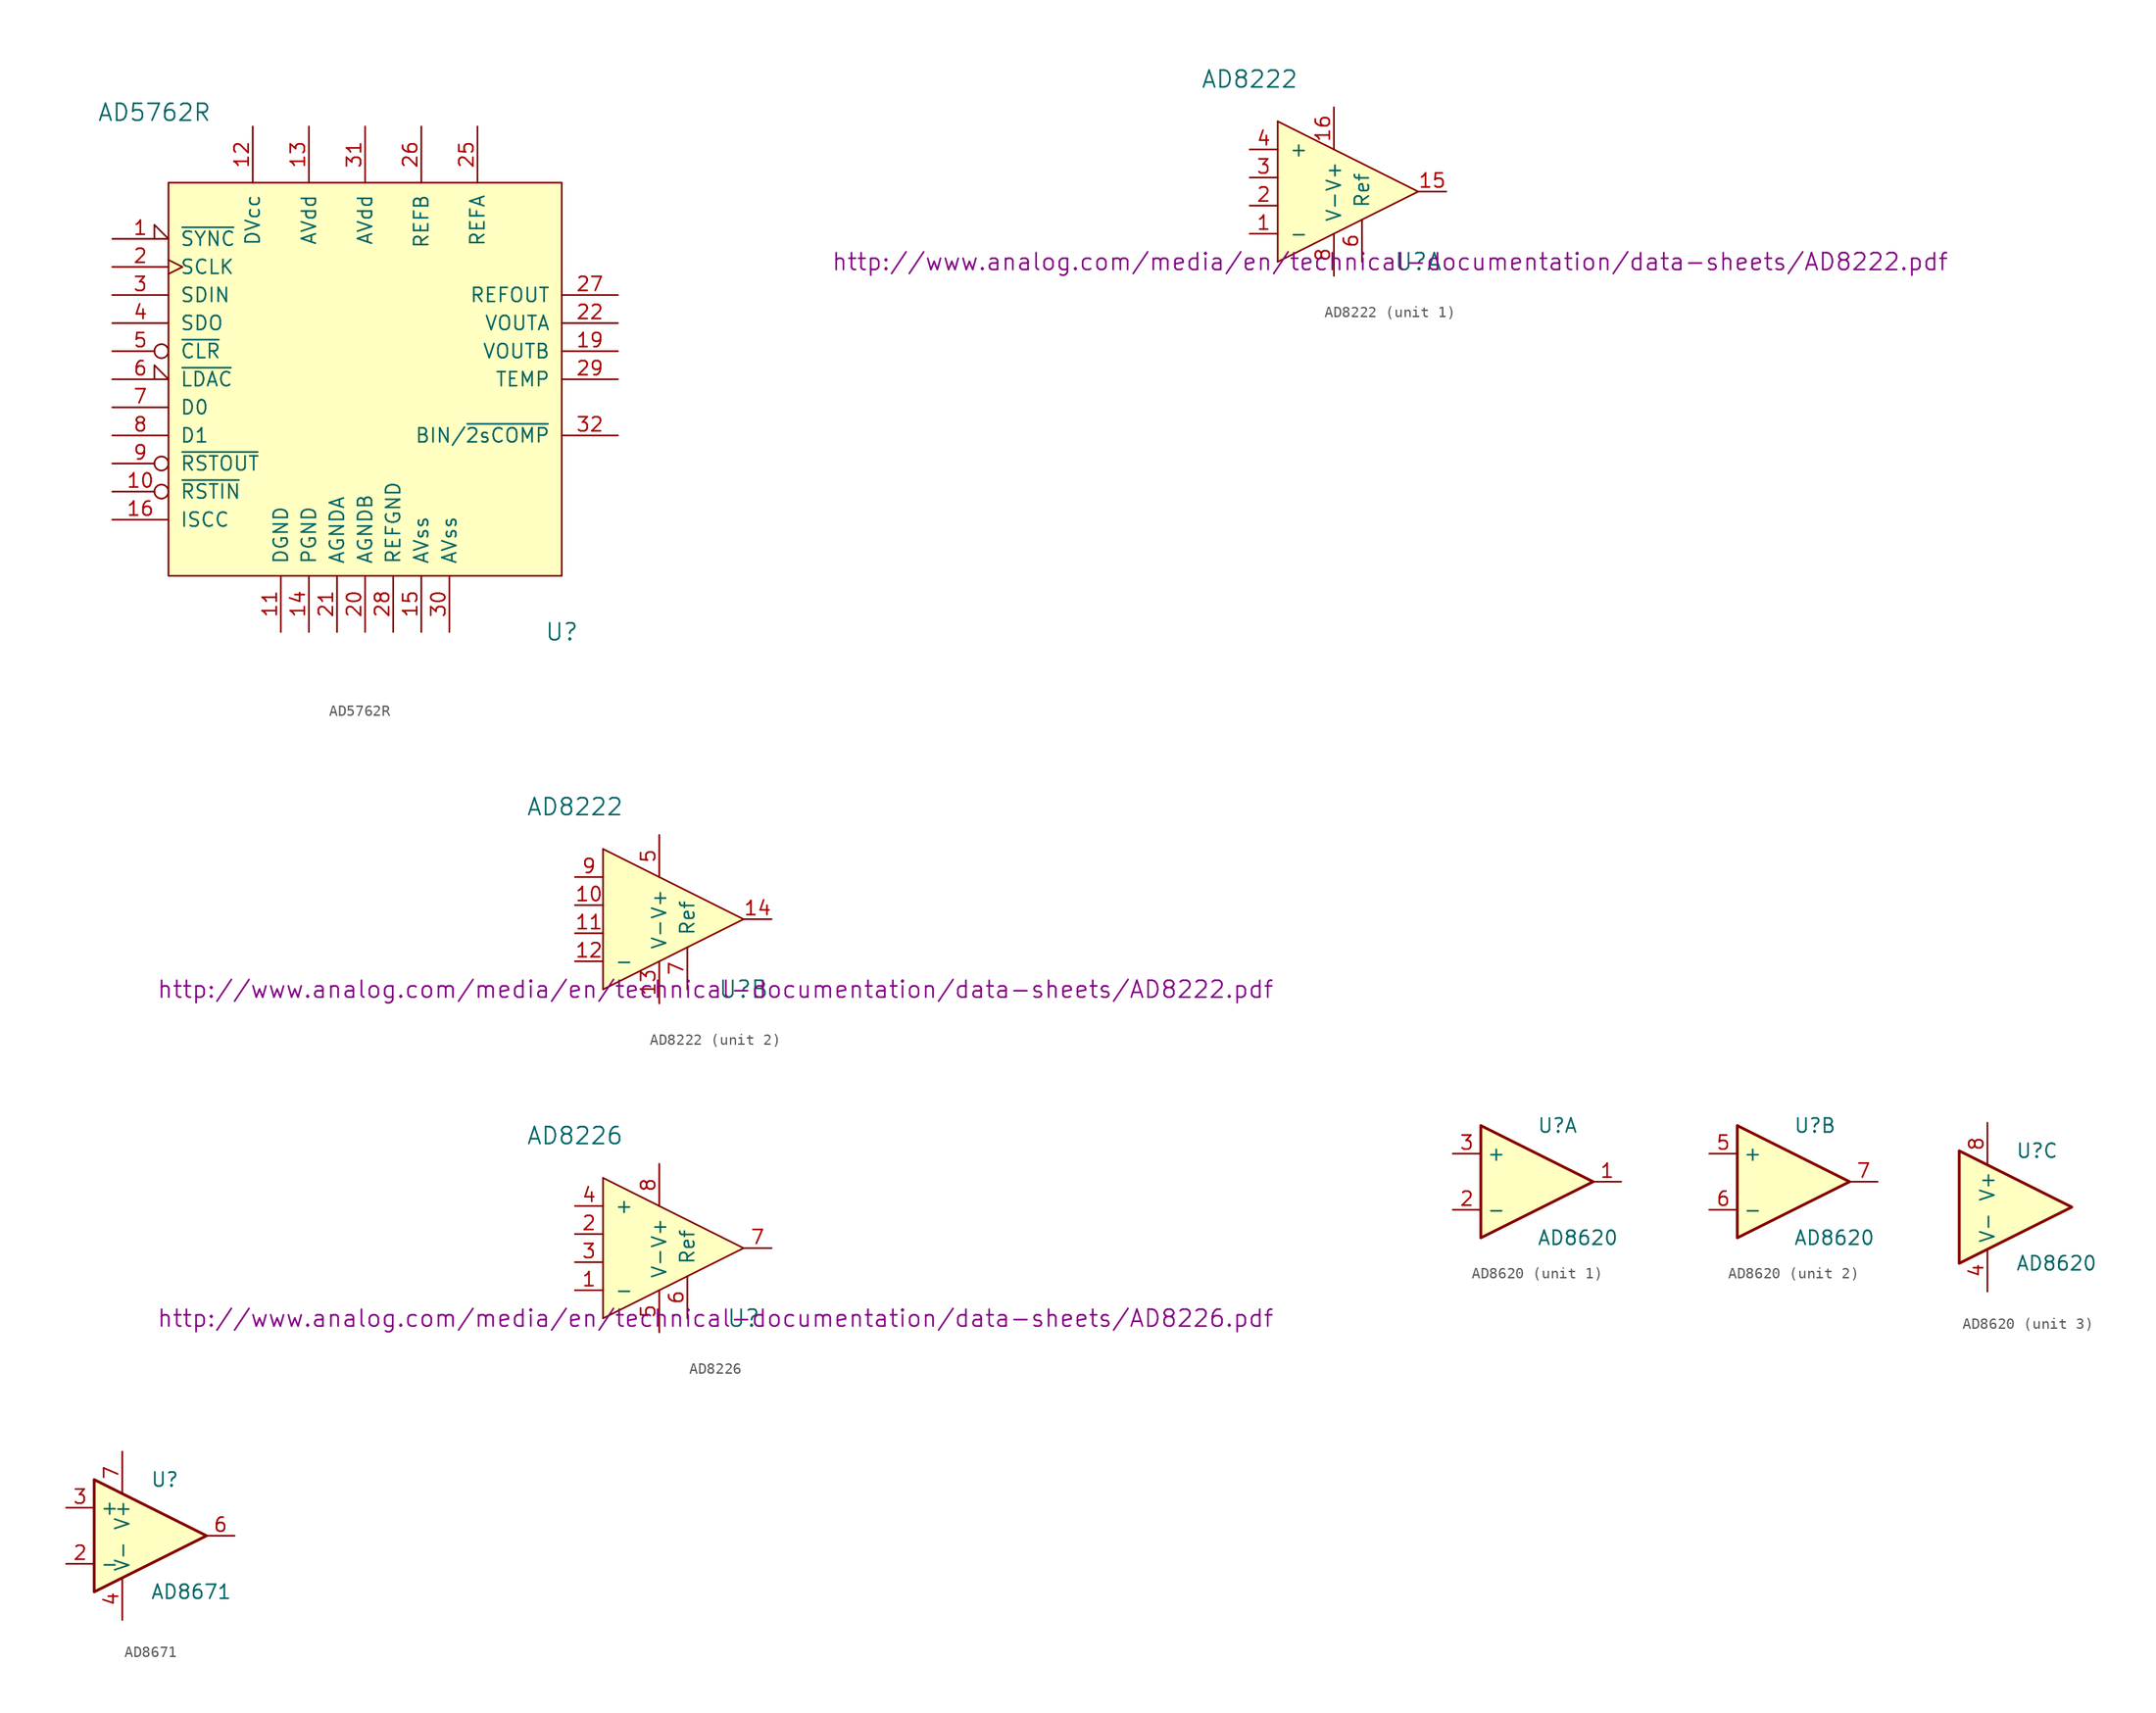
<source format=kicad_sym>
(kicad_symbol_lib
  (version 20231120)
  (generator "kicad_symbol_editor")
  (generator_version "8.0")
  (symbol "AD5762R"
    (pin_names
      (offset 1.016))
    (property "Reference" "U"
      (at 17.78 -22.86 0)
      (effects (font (size 1.524 1.524))))
    (property "Value" "AD5762R"
      (at -19.05 24.13 0)
      (effects (font (size 1.524 1.524))))
    (property "Footprint" ""
      (at 1.27 -1.27 0)
      (effects (font (size 1.524 1.524))))
    (property "Datasheet" ""
      (at 1.27 -1.27 0)
      (effects (font (size 1.524 1.524))))
    (symbol "AD5762R_0_1"
      (rectangle (start -17.78 17.78) (end 17.78 -17.78) (stroke (width 0) (type solid)) (fill (type background)))
      (pin input inverted (at -22.86 2.54 0) (length 5.08) (name "~{CLR}" (effects (font (size 1.27 1.27)))) (number "5" (effects (font (size 1.27 1.27)))))
      (pin output inverted (at -22.86 -7.62 0) (length 5.08) (name "~{RSTOUT}" (effects (font (size 1.27 1.27)))) (number "9" (effects (font (size 1.27 1.27))))))
    (symbol "AD5762R_1_1"
      (pin input input_low (at -22.86 12.7 0) (length 5.08) (name "~{SYNC}" (effects (font (size 1.27 1.27)))) (number "1" (effects (font (size 1.27 1.27)))))
      (pin input inverted (at -22.86 -10.16 0) (length 5.08) (name "~{RSTIN}" (effects (font (size 1.27 1.27)))) (number "10" (effects (font (size 1.27 1.27)))))
      (pin power_in line (at -7.62 -22.86 90) (length 5.08) (name "DGND" (effects (font (size 1.27 1.27)))) (number "11" (effects (font (size 1.27 1.27)))))
      (pin power_in line (at -10.16 22.86 270) (length 5.08) (name "DVcc" (effects (font (size 1.27 1.27)))) (number "12" (effects (font (size 1.27 1.27)))))
      (pin power_in line (at -5.08 22.86 270) (length 5.08) (name "AVdd" (effects (font (size 1.27 1.27)))) (number "13" (effects (font (size 1.27 1.27)))))
      (pin power_in line (at -5.08 -22.86 90) (length 5.08) (name "PGND" (effects (font (size 1.27 1.27)))) (number "14" (effects (font (size 1.27 1.27)))))
      (pin power_in line (at 5.08 -22.86 90) (length 5.08) (name "AVss" (effects (font (size 1.27 1.27)))) (number "15" (effects (font (size 1.27 1.27)))))
      (pin input line (at -22.86 -12.7 0) (length 5.08) (name "ISCC" (effects (font (size 1.27 1.27)))) (number "16" (effects (font (size 1.27 1.27)))))
      (pin output line (at 22.86 2.54 180) (length 5.08) (name "VOUTB" (effects (font (size 1.27 1.27)))) (number "19" (effects (font (size 1.27 1.27)))))
      (pin input clock (at -22.86 10.16 0) (length 5.08) (name "SCLK" (effects (font (size 1.27 1.27)))) (number "2" (effects (font (size 1.27 1.27)))))
      (pin power_in line (at 0 -22.86 90) (length 5.08) (name "AGNDB" (effects (font (size 1.27 1.27)))) (number "20" (effects (font (size 1.27 1.27)))))
      (pin power_in line (at -2.54 -22.86 90) (length 5.08) (name "AGNDA" (effects (font (size 1.27 1.27)))) (number "21" (effects (font (size 1.27 1.27)))))
      (pin output line (at 22.86 5.08 180) (length 5.08) (name "VOUTA" (effects (font (size 1.27 1.27)))) (number "22" (effects (font (size 1.27 1.27)))))
      (pin input line (at 10.16 22.86 270) (length 5.08) (name "REFA" (effects (font (size 1.27 1.27)))) (number "25" (effects (font (size 1.27 1.27)))))
      (pin input line (at 5.08 22.86 270) (length 5.08) (name "REFB" (effects (font (size 1.27 1.27)))) (number "26" (effects (font (size 1.27 1.27)))))
      (pin output line (at 22.86 7.62 180) (length 5.08) (name "REFOUT" (effects (font (size 1.27 1.27)))) (number "27" (effects (font (size 1.27 1.27)))))
      (pin power_in line (at 2.54 -22.86 90) (length 5.08) (name "REFGND" (effects (font (size 1.27 1.27)))) (number "28" (effects (font (size 1.27 1.27)))))
      (pin output line (at 22.86 0 180) (length 5.08) (name "TEMP" (effects (font (size 1.27 1.27)))) (number "29" (effects (font (size 1.27 1.27)))))
      (pin input line (at -22.86 7.62 0) (length 5.08) (name "SDIN" (effects (font (size 1.27 1.27)))) (number "3" (effects (font (size 1.27 1.27)))))
      (pin power_in line (at 7.62 -22.86 90) (length 5.08) (name "AVss" (effects (font (size 1.27 1.27)))) (number "30" (effects (font (size 1.27 1.27)))))
      (pin power_in line (at 0 22.86 270) (length 5.08) (name "AVdd" (effects (font (size 1.27 1.27)))) (number "31" (effects (font (size 1.27 1.27)))))
      (pin input line (at 22.86 -5.08 180) (length 5.08) (name "BIN/~{2sCOMP}" (effects (font (size 1.27 1.27)))) (number "32" (effects (font (size 1.27 1.27)))))
      (pin output line (at -22.86 5.08 0) (length 5.08) (name "SDO" (effects (font (size 1.27 1.27)))) (number "4" (effects (font (size 1.27 1.27)))))
      (pin input input_low (at -22.86 0 0) (length 5.08) (name "~{LDAC}" (effects (font (size 1.27 1.27)))) (number "6" (effects (font (size 1.27 1.27)))))
      (pin bidirectional line (at -22.86 -2.54 0) (length 5.08) (name "D0" (effects (font (size 1.27 1.27)))) (number "7" (effects (font (size 1.27 1.27)))))
      (pin bidirectional line (at -22.86 -5.08 0) (length 5.08) (name "D1" (effects (font (size 1.27 1.27)))) (number "8" (effects (font (size 1.27 1.27)))))))
  (symbol "AD8222"
    (pin_names
      (offset 1.016))
    (property "Reference" "U"
      (at 6.35 -6.35 0)
      (effects (font (size 1.524 1.524))))
    (property "Value" "AD8222"
      (at -8.89 10.16 0)
      (effects (font (size 1.524 1.524))))
    (property "Datasheet" "http://www.analog.com/media/en/technical-documentation/data-sheets/AD8222.pdf"
      (at 3.81 -6.35 0)
      (effects (font (size 1.524 1.524))))
    (symbol "AD8222_0_1"
      (polyline (pts (xy -6.35 -6.35) (xy -6.35 6.35)) (stroke (width 0) (type solid)) (fill (type none)))
      (polyline (pts (xy -6.35 6.35) (xy 6.35 0) (xy -6.35 -6.35)) (stroke (width 0) (type solid)) (fill (type background))))
    (symbol "AD8222_1_1"
      (pin input line (at -8.89 -3.81 0) (length 2.54) (name "-" (effects (font (size 1.27 1.27)))) (number "1" (effects (font (size 1.27 1.27)))))
      (pin output line (at 8.89 0 180) (length 2.54) (name "~" (effects (font (size 1.27 1.27)))) (number "15" (effects (font (size 1.27 1.27)))))
      (pin power_in line (at -1.27 7.62 270) (length 3.81) (name "V+" (effects (font (size 1.27 1.27)))) (number "16" (effects (font (size 1.27 1.27)))))
      (pin passive line (at -1.27 -7.62 90) (length 3.81) hide (name "V-" (effects (font (size 1.27 1.27)))) (number "17" (effects (font (size 1.27 1.27)))))
      (pin input line (at -8.89 -1.27 0) (length 2.54) (name "~" (effects (font (size 1.27 1.27)))) (number "2" (effects (font (size 1.27 1.27)))))
      (pin output line (at -8.89 1.27 0) (length 2.54) (name "~" (effects (font (size 1.27 1.27)))) (number "3" (effects (font (size 1.27 1.27)))))
      (pin input line (at -8.89 3.81 0) (length 2.54) (name "+" (effects (font (size 1.27 1.27)))) (number "4" (effects (font (size 1.27 1.27)))))
      (pin input line (at 1.27 -6.35 90) (length 3.81) (name "Ref" (effects (font (size 1.27 1.27)))) (number "6" (effects (font (size 1.27 1.27)))))
      (pin passive line (at -1.27 -7.62 90) (length 3.81) (name "V-" (effects (font (size 1.27 1.27)))) (number "8" (effects (font (size 1.27 1.27))))))
    (symbol "AD8222_2_1"
      (pin output line (at -8.89 1.27 0) (length 2.54) (name "~" (effects (font (size 1.27 1.27)))) (number "10" (effects (font (size 1.27 1.27)))))
      (pin input line (at -8.89 -1.27 0) (length 2.54) (name "~" (effects (font (size 1.27 1.27)))) (number "11" (effects (font (size 1.27 1.27)))))
      (pin input line (at -8.89 -3.81 0) (length 2.54) (name "-" (effects (font (size 1.27 1.27)))) (number "12" (effects (font (size 1.27 1.27)))))
      (pin passive line (at -1.27 -7.62 90) (length 3.81) (name "V-" (effects (font (size 1.27 1.27)))) (number "13" (effects (font (size 1.27 1.27)))))
      (pin output line (at 8.89 0 180) (length 2.54) (name "~" (effects (font (size 1.27 1.27)))) (number "14" (effects (font (size 1.27 1.27)))))
      (pin power_in line (at -1.27 7.62 270) (length 3.81) (name "V+" (effects (font (size 1.27 1.27)))) (number "5" (effects (font (size 1.27 1.27)))))
      (pin input line (at 1.27 -6.35 90) (length 3.81) (name "Ref" (effects (font (size 1.27 1.27)))) (number "7" (effects (font (size 1.27 1.27)))))
      (pin input line (at -8.89 3.81 0) (length 2.54) (name "~" (effects (font (size 1.27 1.27)))) (number "9" (effects (font (size 1.27 1.27)))))))
  (symbol "AD8226"
    (pin_names
      (offset 1.016))
    (property "Reference" "U"
      (at 6.35 -6.35 0)
      (effects (font (size 1.524 1.524))))
    (property "Value" "AD8226"
      (at -8.89 10.16 0)
      (effects (font (size 1.524 1.524))))
    (property "Datasheet" "http://www.analog.com/media/en/technical-documentation/data-sheets/AD8226.pdf"
      (at 3.81 -6.35 0)
      (effects (font (size 1.524 1.524))))
    (symbol "AD8226_0_1"
      (polyline (pts (xy -6.35 -6.35) (xy -6.35 6.35)) (stroke (width 0) (type solid)) (fill (type none)))
      (polyline (pts (xy -6.35 6.35) (xy 6.35 0) (xy -6.35 -6.35)) (stroke (width 0) (type solid)) (fill (type background)))
      (pin input line (at -8.89 3.81 0) (length 2.54) (name "+" (effects (font (size 1.27 1.27)))) (number "4" (effects (font (size 1.27 1.27))))))
    (symbol "AD8226_1_1"
      (pin input line (at -8.89 -3.81 0) (length 2.54) (name "-" (effects (font (size 1.27 1.27)))) (number "1" (effects (font (size 1.27 1.27)))))
      (pin output line (at -8.89 1.27 0) (length 2.54) (name "~" (effects (font (size 1.27 1.27)))) (number "2" (effects (font (size 1.27 1.27)))))
      (pin input line (at -8.89 -1.27 0) (length 2.54) (name "~" (effects (font (size 1.27 1.27)))) (number "3" (effects (font (size 1.27 1.27)))))
      (pin power_in line (at -1.27 -7.62 90) (length 3.81) (name "V-" (effects (font (size 1.27 1.27)))) (number "5" (effects (font (size 1.27 1.27)))))
      (pin input line (at 1.27 -6.35 90) (length 3.81) (name "Ref" (effects (font (size 1.27 1.27)))) (number "6" (effects (font (size 1.27 1.27)))))
      (pin output line (at 8.89 0 180) (length 2.54) (name "~" (effects (font (size 1.27 1.27)))) (number "7" (effects (font (size 1.27 1.27)))))
      (pin power_in line (at -1.27 7.62 270) (length 3.81) (name "V+" (effects (font (size 1.27 1.27)))) (number "8" (effects (font (size 1.27 1.27)))))))
  (symbol "AD8620"
    (property "Reference" "U"
      (at 0 5.08 0)
      (effects (font (size 1.27 1.27)) (justify left)))
    (property "Value" "AD8620"
      (at 0 -5.08 0)
      (effects (font (size 1.27 1.27)) (justify left)))
    (property "Datasheet" ""
      (at 0 0 0)
      (effects (font (size 1.27 1.27))))
    (property "ki_locked" ""
      (at 0 0 0)
      (effects (font (size 1.27 1.27))))
    (symbol "AD8620_0_1"
      (polyline (pts (xy -5.08 5.08) (xy 5.08 0) (xy -5.08 -5.08) (xy -5.08 5.08)) (stroke (width 0.254) (type solid)) (fill (type background))))
    (symbol "AD8620_1_1"
      (pin output line (at 7.62 0 180) (length 2.54) (name "~" (effects (font (size 1.27 1.27)))) (number "1" (effects (font (size 1.27 1.27)))))
      (pin input line (at -7.62 -2.54 0) (length 2.54) (name "-" (effects (font (size 1.27 1.27)))) (number "2" (effects (font (size 1.27 1.27)))))
      (pin input line (at -7.62 2.54 0) (length 2.54) (name "+" (effects (font (size 1.27 1.27)))) (number "3" (effects (font (size 1.27 1.27))))))
    (symbol "AD8620_2_1"
      (pin input line (at -7.62 2.54 0) (length 2.54) (name "+" (effects (font (size 1.27 1.27)))) (number "5" (effects (font (size 1.27 1.27)))))
      (pin input line (at -7.62 -2.54 0) (length 2.54) (name "-" (effects (font (size 1.27 1.27)))) (number "6" (effects (font (size 1.27 1.27)))))
      (pin output line (at 7.62 0 180) (length 2.54) (name "~" (effects (font (size 1.27 1.27)))) (number "7" (effects (font (size 1.27 1.27))))))
    (symbol "AD8620_3_1"
      (pin power_in line (at -2.54 -7.62 90) (length 3.81) (name "V-" (effects (font (size 1.27 1.27)))) (number "4" (effects (font (size 1.27 1.27)))))
      (pin power_in line (at -2.54 7.62 270) (length 3.81) (name "V+" (effects (font (size 1.27 1.27)))) (number "8" (effects (font (size 1.27 1.27)))))))
  (symbol "AD8671"
    (property "Reference" "U"
      (at 0 5.08 0)
      (effects (font (size 1.27 1.27)) (justify left)))
    (property "Value" "AD8671"
      (at 0 -5.08 0)
      (effects (font (size 1.27 1.27)) (justify left)))
    (property "Footprint" ""
      (at 0 0 0)
      (effects (font (size 1.27 1.27))))
    (symbol "AD8671_0_1"
      (polyline (pts (xy -5.08 5.08) (xy 5.08 0) (xy -5.08 -5.08) (xy -5.08 5.08)) (stroke (width 0.254) (type solid)) (fill (type background)))
      (pin power_in line (at -2.54 -7.62 90) (length 3.81) (name "V-" (effects (font (size 1.27 1.27)))) (number "4" (effects (font (size 1.27 1.27)))))
      (pin power_in line (at -2.54 7.62 270) (length 3.81) (name "V+" (effects (font (size 1.27 1.27)))) (number "7" (effects (font (size 1.27 1.27))))))
    (symbol "AD8671_1_1"
      (pin input line (at -7.62 -2.54 0) (length 2.54) (name "-" (effects (font (size 1.27 1.27)))) (number "2" (effects (font (size 1.27 1.27)))))
      (pin input line (at -7.62 2.54 0) (length 2.54) (name "+" (effects (font (size 1.27 1.27)))) (number "3" (effects (font (size 1.27 1.27)))))
      (pin output line (at 7.62 0 180) (length 2.54) (name "~" (effects (font (size 1.27 1.27)))) (number "6" (effects (font (size 1.27 1.27))))))))
</source>
